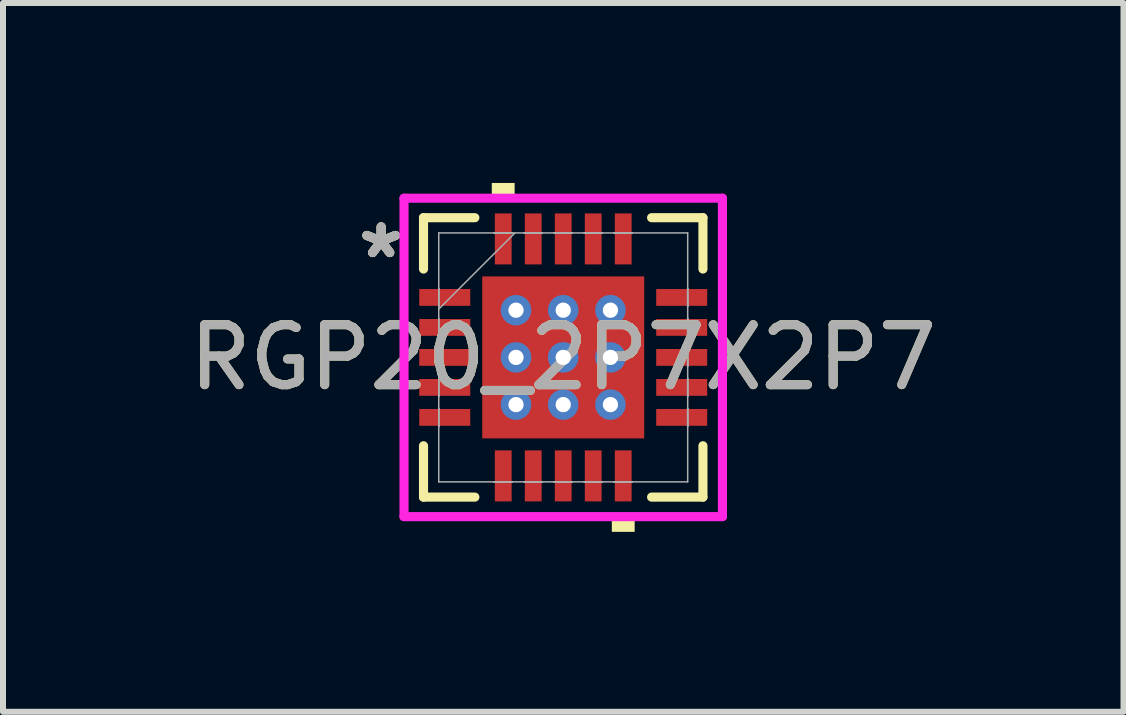
<source format=kicad_pcb>
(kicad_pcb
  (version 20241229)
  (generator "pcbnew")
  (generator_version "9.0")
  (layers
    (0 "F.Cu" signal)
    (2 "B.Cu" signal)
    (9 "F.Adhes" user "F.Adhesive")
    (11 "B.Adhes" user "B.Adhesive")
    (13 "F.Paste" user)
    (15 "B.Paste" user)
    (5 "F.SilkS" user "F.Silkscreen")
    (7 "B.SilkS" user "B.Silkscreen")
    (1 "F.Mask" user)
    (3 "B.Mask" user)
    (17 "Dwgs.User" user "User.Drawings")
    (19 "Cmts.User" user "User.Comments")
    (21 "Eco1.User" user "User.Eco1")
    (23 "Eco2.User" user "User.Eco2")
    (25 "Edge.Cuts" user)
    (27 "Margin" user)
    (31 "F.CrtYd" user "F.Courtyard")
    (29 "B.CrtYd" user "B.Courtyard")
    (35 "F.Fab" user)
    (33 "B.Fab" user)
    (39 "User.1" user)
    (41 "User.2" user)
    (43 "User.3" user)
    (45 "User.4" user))
  (footprint "RGP20_2P7X2P7"
    (layer "F.Cu")
    (at 6.339 2.908)
    (property "Reference" "RGP20_2P7X2P7" (at 0 0 0) (unlocked yes) (layer "F.SilkS") (effects (font (size 1 1) (thickness 0.15))))
    (attr smd)
    (fp_poly (pts (xy -2.47 -1.21) (xy -2.47 -0.79) (xy -1.48 -0.79) (xy -1.48 -1.21)) (stroke (width 0) (type solid)) (fill yes) (layer "F.Mask"))
    (fp_poly (pts (xy -2.47 -0.71) (xy -2.47 -0.29) (xy -1.48 -0.29) (xy -1.48 -0.71)) (stroke (width 0) (type solid)) (fill yes) (layer "F.Mask"))
    (fp_poly (pts (xy -2.47 -0.21) (xy -2.47 0.21) (xy -1.48 0.21) (xy -1.48 -0.21)) (stroke (width 0) (type solid)) (fill yes) (layer "F.Mask"))
    (fp_poly (pts (xy -2.47 0.29) (xy -2.47 0.71) (xy -1.48 0.71) (xy -1.48 0.29)) (stroke (width 0) (type solid)) (fill yes) (layer "F.Mask"))
    (fp_poly (pts (xy -2.47 0.79) (xy -2.47 1.21) (xy -1.48 1.21) (xy -1.48 0.79)) (stroke (width 0) (type solid)) (fill yes) (layer "F.Mask"))
    (fp_poly (pts (xy -1.413 -1.413) (xy -0.987 -1.413) (xy -0.987 1.413) (xy -1.413 1.413)) (stroke (width 0) (type solid)) (fill yes) (layer "F.Mask"))
    (fp_poly (pts (xy -1.413 -1.413) (xy 1.413 -1.413) (xy 1.413 -0.987) (xy -1.413 -0.987)) (stroke (width 0) (type solid)) (fill yes) (layer "F.Mask"))
    (fp_poly (pts (xy -1.413 -0.587) (xy 1.413 -0.587) (xy 1.413 -0.2) (xy -1.413 -0.2)) (stroke (width 0) (type solid)) (fill yes) (layer "F.Mask"))
    (fp_poly (pts (xy -1.413 0.2) (xy 1.413 0.2) (xy 1.413 0.587) (xy -1.413 0.587)) (stroke (width 0) (type solid)) (fill yes) (layer "F.Mask"))
    (fp_poly (pts (xy -1.413 0.987) (xy 1.413 0.987) (xy 1.413 1.413) (xy -1.413 1.413)) (stroke (width 0) (type solid)) (fill yes) (layer "F.Mask"))
    (fp_poly (pts (xy -1.21 -2.47) (xy -1.21 -1.48) (xy -0.791 -1.48) (xy -0.791 -2.47)) (stroke (width 0) (type solid)) (fill yes) (layer "F.Mask"))
    (fp_poly (pts (xy -1.21 1.48) (xy -1.21 2.47) (xy -0.791 2.47) (xy -0.791 1.48)) (stroke (width 0) (type solid)) (fill yes) (layer "F.Mask"))
    (fp_poly (pts (xy -0.71 -2.47) (xy -0.71 -1.48) (xy -0.291 -1.48) (xy -0.291 -2.47)) (stroke (width 0) (type solid)) (fill yes) (layer "F.Mask"))
    (fp_poly (pts (xy -0.71 1.48) (xy -0.71 2.47) (xy -0.291 2.47) (xy -0.291 1.48)) (stroke (width 0) (type solid)) (fill yes) (layer "F.Mask"))
    (fp_poly (pts (xy -0.21 -2.47) (xy -0.21 -1.48) (xy 0.21 -1.48) (xy 0.21 -2.47)) (stroke (width 0) (type solid)) (fill yes) (layer "F.Mask"))
    (fp_poly (pts (xy -0.21 1.48) (xy -0.21 2.47) (xy 0.21 2.47) (xy 0.21 1.48)) (stroke (width 0) (type solid)) (fill yes) (layer "F.Mask"))
    (fp_poly (pts (xy -0.2 -1.413) (xy -0.587 -1.413) (xy -0.587 1.413) (xy -0.2 1.413)) (stroke (width 0) (type solid)) (fill yes) (layer "F.Mask"))
    (fp_poly (pts (xy 0.291 -2.47) (xy 0.291 -1.48) (xy 0.71 -1.48) (xy 0.71 -2.47)) (stroke (width 0) (type solid)) (fill yes) (layer "F.Mask"))
    (fp_poly (pts (xy 0.291 1.48) (xy 0.291 2.47) (xy 0.71 2.47) (xy 0.71 1.48)) (stroke (width 0) (type solid)) (fill yes) (layer "F.Mask"))
    (fp_poly (pts (xy 0.587 -1.413) (xy 0.2 -1.413) (xy 0.2 1.413) (xy 0.587 1.413)) (stroke (width 0) (type solid)) (fill yes) (layer "F.Mask"))
    (fp_poly (pts (xy 0.791 -2.47) (xy 0.791 -1.48) (xy 1.21 -1.48) (xy 1.21 -2.47)) (stroke (width 0) (type solid)) (fill yes) (layer "F.Mask"))
    (fp_poly (pts (xy 0.791 1.48) (xy 0.791 2.47) (xy 1.21 2.47) (xy 1.21 1.48)) (stroke (width 0) (type solid)) (fill yes) (layer "F.Mask"))
    (fp_poly (pts (xy 0.987 -1.413) (xy 1.413 -1.413) (xy 1.413 1.413) (xy 0.987 1.413)) (stroke (width 0) (type solid)) (fill yes) (layer "F.Mask"))
    (fp_poly (pts (xy 1.48 -1.21) (xy 1.48 -0.79) (xy 2.47 -0.79) (xy 2.47 -1.21)) (stroke (width 0) (type solid)) (fill yes) (layer "F.Mask"))
    (fp_poly (pts (xy 1.48 -0.71) (xy 1.48 -0.29) (xy 2.47 -0.29) (xy 2.47 -0.71)) (stroke (width 0) (type solid)) (fill yes) (layer "F.Mask"))
    (fp_poly (pts (xy 1.48 -0.21) (xy 1.48 0.21) (xy 2.47 0.21) (xy 2.47 -0.21)) (stroke (width 0) (type solid)) (fill yes) (layer "F.Mask"))
    (fp_poly (pts (xy 1.48 0.29) (xy 1.48 0.71) (xy 2.47 0.71) (xy 2.47 0.29)) (stroke (width 0) (type solid)) (fill yes) (layer "F.Mask"))
    (fp_poly (pts (xy 1.48 0.79) (xy 1.48 1.21) (xy 2.47 1.21) (xy 2.47 0.79)) (stroke (width 0) (type solid)) (fill yes) (layer "F.Mask"))
    (fp_line (start -2.329 -2.329) (end -2.329 -1.473) (stroke (width 0.152) (type solid)) (layer "F.SilkS"))
    (fp_line (start -2.329 1.473) (end -2.329 2.329) (stroke (width 0.152) (type solid)) (layer "F.SilkS"))
    (fp_line (start -2.329 2.329) (end -1.473 2.329) (stroke (width 0.152) (type solid)) (layer "F.SilkS"))
    (fp_line (start -1.473 -2.329) (end -2.329 -2.329) (stroke (width 0.152) (type solid)) (layer "F.SilkS"))
    (fp_line (start 1.473 2.329) (end 2.329 2.329) (stroke (width 0.152) (type solid)) (layer "F.SilkS"))
    (fp_line (start 2.329 -2.329) (end 1.473 -2.329) (stroke (width 0.152) (type solid)) (layer "F.SilkS"))
    (fp_line (start 2.329 -1.473) (end 2.329 -2.329) (stroke (width 0.152) (type solid)) (layer "F.SilkS"))
    (fp_line (start 2.329 2.329) (end 2.329 1.473) (stroke (width 0.152) (type solid)) (layer "F.SilkS"))
    (fp_poly (pts (xy -1.191 -2.654) (xy -1.191 -2.908) (xy -0.81 -2.908) (xy -0.81 -2.654)) (stroke (width 0) (type solid)) (fill yes) (layer "F.SilkS"))
    (fp_poly (pts (xy 0.81 2.654) (xy 0.81 2.908) (xy 1.191 2.908) (xy 1.191 2.654)) (stroke (width 0) (type solid)) (fill yes) (layer "F.SilkS"))
    (fp_poly (pts (xy -2.375 -1.115) (xy -2.375 -0.885) (xy -1.575 -0.885) (xy -1.575 -1.115)) (stroke (width 0) (type solid)) (fill yes) (layer "F.Paste"))
    (fp_poly (pts (xy -2.375 -0.615) (xy -2.375 -0.385) (xy -1.575 -0.385) (xy -1.575 -0.615)) (stroke (width 0) (type solid)) (fill yes) (layer "F.Paste"))
    (fp_poly (pts (xy -2.375 -0.115) (xy -2.375 0.115) (xy -1.575 0.115) (xy -1.575 -0.115)) (stroke (width 0) (type solid)) (fill yes) (layer "F.Paste"))
    (fp_poly (pts (xy -2.375 0.385) (xy -2.375 0.615) (xy -1.575 0.615) (xy -1.575 0.385)) (stroke (width 0) (type solid)) (fill yes) (layer "F.Paste"))
    (fp_poly (pts (xy -2.375 0.885) (xy -2.375 1.115) (xy -1.575 1.115) (xy -1.575 0.885)) (stroke (width 0) (type solid)) (fill yes) (layer "F.Paste"))
    (fp_poly (pts (xy -1.115 -2.375) (xy -1.115 -1.575) (xy -0.885 -1.575) (xy -0.885 -2.375)) (stroke (width 0) (type solid)) (fill yes) (layer "F.Paste"))
    (fp_poly (pts (xy -1.115 1.575) (xy -1.115 2.375) (xy -0.885 2.375) (xy -0.885 1.575)) (stroke (width 0) (type solid)) (fill yes) (layer "F.Paste"))
    (fp_poly (pts (xy -0.615 -2.375) (xy -0.615 -1.575) (xy -0.385 -1.575) (xy -0.385 -2.375)) (stroke (width 0) (type solid)) (fill yes) (layer "F.Paste"))
    (fp_poly (pts (xy -0.615 1.575) (xy -0.615 2.375) (xy -0.385 2.375) (xy -0.385 1.575)) (stroke (width 0) (type solid)) (fill yes) (layer "F.Paste"))
    (fp_poly (pts (xy -0.115 -2.375) (xy -0.115 -1.575) (xy 0.115 -1.575) (xy 0.115 -2.375)) (stroke (width 0) (type solid)) (fill yes) (layer "F.Paste"))
    (fp_poly (pts (xy -0.115 1.575) (xy -0.115 2.375) (xy 0.115 2.375) (xy 0.115 1.575)) (stroke (width 0) (type solid)) (fill yes) (layer "F.Paste"))
    (fp_poly (pts (xy 0.385 -2.375) (xy 0.385 -1.575) (xy 0.615 -1.575) (xy 0.615 -2.375)) (stroke (width 0) (type solid)) (fill yes) (layer "F.Paste"))
    (fp_poly (pts (xy 0.385 1.575) (xy 0.385 2.375) (xy 0.615 2.375) (xy 0.615 1.575)) (stroke (width 0) (type solid)) (fill yes) (layer "F.Paste"))
    (fp_poly (pts (xy 0.885 -2.375) (xy 0.885 -1.575) (xy 1.115 -1.575) (xy 1.115 -2.375)) (stroke (width 0) (type solid)) (fill yes) (layer "F.Paste"))
    (fp_poly (pts (xy 0.885 1.575) (xy 0.885 2.375) (xy 1.115 2.375) (xy 1.115 1.575)) (stroke (width 0) (type solid)) (fill yes) (layer "F.Paste"))
    (fp_poly (pts (xy 1.575 -1.115) (xy 1.575 -0.885) (xy 2.375 -0.885) (xy 2.375 -1.115)) (stroke (width 0) (type solid)) (fill yes) (layer "F.Paste"))
    (fp_poly (pts (xy 1.575 -0.615) (xy 1.575 -0.385) (xy 2.375 -0.385) (xy 2.375 -0.615)) (stroke (width 0) (type solid)) (fill yes) (layer "F.Paste"))
    (fp_poly (pts (xy 1.575 -0.115) (xy 1.575 0.115) (xy 2.375 0.115) (xy 2.375 -0.115)) (stroke (width 0) (type solid)) (fill yes) (layer "F.Paste"))
    (fp_poly (pts (xy 1.575 0.385) (xy 1.575 0.615) (xy 2.375 0.615) (xy 2.375 0.385)) (stroke (width 0) (type solid)) (fill yes) (layer "F.Paste"))
    (fp_poly (pts (xy 1.575 0.885) (xy 1.575 1.115) (xy 2.375 1.115) (xy 2.375 0.885)) (stroke (width 0) (type solid)) (fill yes) (layer "F.Paste"))
    (fp_poly (pts (xy -1.275 -1.275) (xy -1.275 -0.887) (xy -1.029 -0.887) (xy -0.887 -1.029) (xy -0.887 -1.275)) (stroke (width 0) (type solid)) (fill yes) (layer "F.Paste"))
    (fp_poly (pts (xy -1.275 0.887) (xy -1.275 1.275) (xy -0.887 1.275) (xy -0.887 1.029) (xy -1.029 0.887)) (stroke (width 0) (type solid)) (fill yes) (layer "F.Paste"))
    (fp_poly (pts (xy 0.887 -1.275) (xy 0.887 -1.029) (xy 1.029 -0.887) (xy 1.275 -0.887) (xy 1.275 -1.275)) (stroke (width 0) (type solid)) (fill yes) (layer "F.Paste"))
    (fp_poly (pts (xy 1.029 0.887) (xy 0.887 1.029) (xy 0.887 1.275) (xy 1.275 1.275) (xy 1.275 0.887)) (stroke (width 0) (type solid)) (fill yes) (layer "F.Paste"))
    (fp_poly (pts (xy -1.275 -0.687) (xy -1.275 -0.1) (xy -1.029 -0.1) (xy -0.887 -0.241) (xy -0.887 -0.546) (xy -1.029 -0.687)) (stroke (width 0) (type solid)) (fill yes) (layer "F.Paste"))
    (fp_poly (pts (xy -1.275 0.1) (xy -1.275 0.687) (xy -1.029 0.687) (xy -0.887 0.546) (xy -0.887 0.241) (xy -1.029 0.1)) (stroke (width 0) (type solid)) (fill yes) (layer "F.Paste"))
    (fp_poly (pts (xy -0.687 -1.275) (xy -0.687 -1.029) (xy -0.546 -0.887) (xy -0.241 -0.887) (xy -0.1 -1.029) (xy -0.1 -1.275)) (stroke (width 0) (type solid)) (fill yes) (layer "F.Paste"))
    (fp_poly (pts (xy -0.546 0.887) (xy -0.687 1.029) (xy -0.687 1.275) (xy -0.1 1.275) (xy -0.1 1.029) (xy -0.241 0.887)) (stroke (width 0) (type solid)) (fill yes) (layer "F.Paste"))
    (fp_poly (pts (xy 0.1 -1.275) (xy 0.1 -1.029) (xy 0.241 -0.887) (xy 0.546 -0.887) (xy 0.687 -1.029) (xy 0.687 -1.275)) (stroke (width 0) (type solid)) (fill yes) (layer "F.Paste"))
    (fp_poly (pts (xy 0.241 0.887) (xy 0.1 1.029) (xy 0.1 1.275) (xy 0.687 1.275) (xy 0.687 1.029) (xy 0.546 0.887)) (stroke (width 0) (type solid)) (fill yes) (layer "F.Paste"))
    (fp_poly (pts (xy 1.029 -0.687) (xy 0.887 -0.546) (xy 0.887 -0.241) (xy 1.029 -0.1) (xy 1.275 -0.1) (xy 1.275 -0.687)) (stroke (width 0) (type solid)) (fill yes) (layer "F.Paste"))
    (fp_poly (pts (xy 1.029 0.1) (xy 0.887 0.241) (xy 0.887 0.546) (xy 1.029 0.687) (xy 1.275 0.687) (xy 1.275 0.1)) (stroke (width 0) (type solid)) (fill yes) (layer "F.Paste"))
    (fp_poly (pts (xy -0.546 -0.687) (xy -0.687 -0.546) (xy -0.687 -0.241) (xy -0.546 -0.1) (xy -0.241 -0.1) (xy -0.1 -0.241) (xy -0.1 -0.546) (xy -0.241 -0.687)) (stroke (width 0) (type solid)) (fill yes) (layer "F.Paste"))
    (fp_poly (pts (xy -0.546 0.1) (xy -0.687 0.241) (xy -0.687 0.546) (xy -0.546 0.687) (xy -0.241 0.687) (xy -0.1 0.546) (xy -0.1 0.241) (xy -0.241 0.1)) (stroke (width 0) (type solid)) (fill yes) (layer "F.Paste"))
    (fp_poly (pts (xy 0.241 -0.687) (xy 0.1 -0.546) (xy 0.1 -0.241) (xy 0.241 -0.1) (xy 0.546 -0.1) (xy 0.687 -0.241) (xy 0.687 -0.546) (xy 0.546 -0.687)) (stroke (width 0) (type solid)) (fill yes) (layer "F.Paste"))
    (fp_poly (pts (xy 0.241 0.1) (xy 0.1 0.241) (xy 0.1 0.546) (xy 0.241 0.687) (xy 0.546 0.687) (xy 0.687 0.546) (xy 0.687 0.241) (xy 0.546 0.1)) (stroke (width 0) (type solid)) (fill yes) (layer "F.Paste"))
    (fp_line (start -2.654 -2.654) (end 2.654 -2.654) (stroke (width 0.152) (type solid)) (layer "F.CrtYd"))
    (fp_line (start -2.654 2.654) (end -2.654 -2.654) (stroke (width 0.152) (type solid)) (layer "F.CrtYd"))
    (fp_line (start 2.654 -2.654) (end 2.654 2.654) (stroke (width 0.152) (type solid)) (layer "F.CrtYd"))
    (fp_line (start 2.654 2.654) (end -2.654 2.654) (stroke (width 0.152) (type solid)) (layer "F.CrtYd"))
    (fp_line (start -2.075 -2.075) (end -2.075 2.075) (stroke (width 0.025) (type solid)) (layer "F.Fab"))
    (fp_line (start -2.075 -1.15) (end -2.075 -1.15) (stroke (width 0.025) (type solid)) (layer "F.Fab"))
    (fp_line (start -2.075 -1.15) (end -2.075 -0.85) (stroke (width 0.025) (type solid)) (layer "F.Fab"))
    (fp_line (start -2.075 -0.85) (end -2.075 -1.15) (stroke (width 0.025) (type solid)) (layer "F.Fab"))
    (fp_line (start -2.075 -0.85) (end -2.075 -0.85) (stroke (width 0.025) (type solid)) (layer "F.Fab"))
    (fp_line (start -2.075 -0.805) (end -0.805 -2.075) (stroke (width 0.025) (type solid)) (layer "F.Fab"))
    (fp_line (start -2.075 -0.65) (end -2.075 -0.65) (stroke (width 0.025) (type solid)) (layer "F.Fab"))
    (fp_line (start -2.075 -0.65) (end -2.075 -0.35) (stroke (width 0.025) (type solid)) (layer "F.Fab"))
    (fp_line (start -2.075 -0.35) (end -2.075 -0.65) (stroke (width 0.025) (type solid)) (layer "F.Fab"))
    (fp_line (start -2.075 -0.35) (end -2.075 -0.35) (stroke (width 0.025) (type solid)) (layer "F.Fab"))
    (fp_line (start -2.075 -0.15) (end -2.075 -0.15) (stroke (width 0.025) (type solid)) (layer "F.Fab"))
    (fp_line (start -2.075 -0.15) (end -2.075 0.15) (stroke (width 0.025) (type solid)) (layer "F.Fab"))
    (fp_line (start -2.075 0.15) (end -2.075 -0.15) (stroke (width 0.025) (type solid)) (layer "F.Fab"))
    (fp_line (start -2.075 0.15) (end -2.075 0.15) (stroke (width 0.025) (type solid)) (layer "F.Fab"))
    (fp_line (start -2.075 0.35) (end -2.075 0.35) (stroke (width 0.025) (type solid)) (layer "F.Fab"))
    (fp_line (start -2.075 0.35) (end -2.075 0.65) (stroke (width 0.025) (type solid)) (layer "F.Fab"))
    (fp_line (start -2.075 0.65) (end -2.075 0.35) (stroke (width 0.025) (type solid)) (layer "F.Fab"))
    (fp_line (start -2.075 0.65) (end -2.075 0.65) (stroke (width 0.025) (type solid)) (layer "F.Fab"))
    (fp_line (start -2.075 0.85) (end -2.075 0.85) (stroke (width 0.025) (type solid)) (layer "F.Fab"))
    (fp_line (start -2.075 0.85) (end -2.075 1.15) (stroke (width 0.025) (type solid)) (layer "F.Fab"))
    (fp_line (start -2.075 1.15) (end -2.075 0.85) (stroke (width 0.025) (type solid)) (layer "F.Fab"))
    (fp_line (start -2.075 1.15) (end -2.075 1.15) (stroke (width 0.025) (type solid)) (layer "F.Fab"))
    (fp_line (start -2.075 2.075) (end 2.075 2.075) (stroke (width 0.025) (type solid)) (layer "F.Fab"))
    (fp_line (start -1.15 -2.075) (end -1.15 -2.075) (stroke (width 0.025) (type solid)) (layer "F.Fab"))
    (fp_line (start -1.15 -2.075) (end -0.85 -2.075) (stroke (width 0.025) (type solid)) (layer "F.Fab"))
    (fp_line (start -1.15 2.075) (end -1.15 2.075) (stroke (width 0.025) (type solid)) (layer "F.Fab"))
    (fp_line (start -1.15 2.075) (end -0.85 2.075) (stroke (width 0.025) (type solid)) (layer "F.Fab"))
    (fp_line (start -0.85 -2.075) (end -1.15 -2.075) (stroke (width 0.025) (type solid)) (layer "F.Fab"))
    (fp_line (start -0.85 -2.075) (end -0.85 -2.075) (stroke (width 0.025) (type solid)) (layer "F.Fab"))
    (fp_line (start -0.85 2.075) (end -1.15 2.075) (stroke (width 0.025) (type solid)) (layer "F.Fab"))
    (fp_line (start -0.85 2.075) (end -0.85 2.075) (stroke (width 0.025) (type solid)) (layer "F.Fab"))
    (fp_line (start -0.65 -2.075) (end -0.65 -2.075) (stroke (width 0.025) (type solid)) (layer "F.Fab"))
    (fp_line (start -0.65 -2.075) (end -0.35 -2.075) (stroke (width 0.025) (type solid)) (layer "F.Fab"))
    (fp_line (start -0.65 2.075) (end -0.65 2.075) (stroke (width 0.025) (type solid)) (layer "F.Fab"))
    (fp_line (start -0.65 2.075) (end -0.35 2.075) (stroke (width 0.025) (type solid)) (layer "F.Fab"))
    (fp_line (start -0.35 -2.075) (end -0.65 -2.075) (stroke (width 0.025) (type solid)) (layer "F.Fab"))
    (fp_line (start -0.35 -2.075) (end -0.35 -2.075) (stroke (width 0.025) (type solid)) (layer "F.Fab"))
    (fp_line (start -0.35 2.075) (end -0.65 2.075) (stroke (width 0.025) (type solid)) (layer "F.Fab"))
    (fp_line (start -0.35 2.075) (end -0.35 2.075) (stroke (width 0.025) (type solid)) (layer "F.Fab"))
    (fp_line (start -0.15 -2.075) (end -0.15 -2.075) (stroke (width 0.025) (type solid)) (layer "F.Fab"))
    (fp_line (start -0.15 -2.075) (end 0.15 -2.075) (stroke (width 0.025) (type solid)) (layer "F.Fab"))
    (fp_line (start -0.15 2.075) (end -0.15 2.075) (stroke (width 0.025) (type solid)) (layer "F.Fab"))
    (fp_line (start -0.15 2.075) (end 0.15 2.075) (stroke (width 0.025) (type solid)) (layer "F.Fab"))
    (fp_line (start 0.15 -2.075) (end -0.15 -2.075) (stroke (width 0.025) (type solid)) (layer "F.Fab"))
    (fp_line (start 0.15 -2.075) (end 0.15 -2.075) (stroke (width 0.025) (type solid)) (layer "F.Fab"))
    (fp_line (start 0.15 2.075) (end -0.15 2.075) (stroke (width 0.025) (type solid)) (layer "F.Fab"))
    (fp_line (start 0.15 2.075) (end 0.15 2.075) (stroke (width 0.025) (type solid)) (layer "F.Fab"))
    (fp_line (start 0.35 -2.075) (end 0.35 -2.075) (stroke (width 0.025) (type solid)) (layer "F.Fab"))
    (fp_line (start 0.35 -2.075) (end 0.65 -2.075) (stroke (width 0.025) (type solid)) (layer "F.Fab"))
    (fp_line (start 0.35 2.075) (end 0.35 2.075) (stroke (width 0.025) (type solid)) (layer "F.Fab"))
    (fp_line (start 0.35 2.075) (end 0.65 2.075) (stroke (width 0.025) (type solid)) (layer "F.Fab"))
    (fp_line (start 0.65 -2.075) (end 0.35 -2.075) (stroke (width 0.025) (type solid)) (layer "F.Fab"))
    (fp_line (start 0.65 -2.075) (end 0.65 -2.075) (stroke (width 0.025) (type solid)) (layer "F.Fab"))
    (fp_line (start 0.65 2.075) (end 0.35 2.075) (stroke (width 0.025) (type solid)) (layer "F.Fab"))
    (fp_line (start 0.65 2.075) (end 0.65 2.075) (stroke (width 0.025) (type solid)) (layer "F.Fab"))
    (fp_line (start 0.85 -2.075) (end 0.85 -2.075) (stroke (width 0.025) (type solid)) (layer "F.Fab"))
    (fp_line (start 0.85 -2.075) (end 1.15 -2.075) (stroke (width 0.025) (type solid)) (layer "F.Fab"))
    (fp_line (start 0.85 2.075) (end 0.85 2.075) (stroke (width 0.025) (type solid)) (layer "F.Fab"))
    (fp_line (start 0.85 2.075) (end 1.15 2.075) (stroke (width 0.025) (type solid)) (layer "F.Fab"))
    (fp_line (start 1.15 -2.075) (end 0.85 -2.075) (stroke (width 0.025) (type solid)) (layer "F.Fab"))
    (fp_line (start 1.15 -2.075) (end 1.15 -2.075) (stroke (width 0.025) (type solid)) (layer "F.Fab"))
    (fp_line (start 1.15 2.075) (end 0.85 2.075) (stroke (width 0.025) (type solid)) (layer "F.Fab"))
    (fp_line (start 1.15 2.075) (end 1.15 2.075) (stroke (width 0.025) (type solid)) (layer "F.Fab"))
    (fp_line (start 2.075 -2.075) (end -2.075 -2.075) (stroke (width 0.025) (type solid)) (layer "F.Fab"))
    (fp_line (start 2.075 -1.15) (end 2.075 -1.15) (stroke (width 0.025) (type solid)) (layer "F.Fab"))
    (fp_line (start 2.075 -1.15) (end 2.075 -0.85) (stroke (width 0.025) (type solid)) (layer "F.Fab"))
    (fp_line (start 2.075 -0.85) (end 2.075 -1.15) (stroke (width 0.025) (type solid)) (layer "F.Fab"))
    (fp_line (start 2.075 -0.85) (end 2.075 -0.85) (stroke (width 0.025) (type solid)) (layer "F.Fab"))
    (fp_line (start 2.075 -0.65) (end 2.075 -0.65) (stroke (width 0.025) (type solid)) (layer "F.Fab"))
    (fp_line (start 2.075 -0.65) (end 2.075 -0.35) (stroke (width 0.025) (type solid)) (layer "F.Fab"))
    (fp_line (start 2.075 -0.35) (end 2.075 -0.65) (stroke (width 0.025) (type solid)) (layer "F.Fab"))
    (fp_line (start 2.075 -0.35) (end 2.075 -0.35) (stroke (width 0.025) (type solid)) (layer "F.Fab"))
    (fp_line (start 2.075 -0.15) (end 2.075 -0.15) (stroke (width 0.025) (type solid)) (layer "F.Fab"))
    (fp_line (start 2.075 -0.15) (end 2.075 0.15) (stroke (width 0.025) (type solid)) (layer "F.Fab"))
    (fp_line (start 2.075 0.15) (end 2.075 -0.15) (stroke (width 0.025) (type solid)) (layer "F.Fab"))
    (fp_line (start 2.075 0.15) (end 2.075 0.15) (stroke (width 0.025) (type solid)) (layer "F.Fab"))
    (fp_line (start 2.075 0.35) (end 2.075 0.35) (stroke (width 0.025) (type solid)) (layer "F.Fab"))
    (fp_line (start 2.075 0.35) (end 2.075 0.65) (stroke (width 0.025) (type solid)) (layer "F.Fab"))
    (fp_line (start 2.075 0.65) (end 2.075 0.35) (stroke (width 0.025) (type solid)) (layer "F.Fab"))
    (fp_line (start 2.075 0.65) (end 2.075 0.65) (stroke (width 0.025) (type solid)) (layer "F.Fab"))
    (fp_line (start 2.075 0.85) (end 2.075 0.85) (stroke (width 0.025) (type solid)) (layer "F.Fab"))
    (fp_line (start 2.075 0.85) (end 2.075 1.15) (stroke (width 0.025) (type solid)) (layer "F.Fab"))
    (fp_line (start 2.075 1.15) (end 2.075 0.85) (stroke (width 0.025) (type solid)) (layer "F.Fab"))
    (fp_line (start 2.075 1.15) (end 2.075 1.15) (stroke (width 0.025) (type solid)) (layer "F.Fab"))
    (fp_line (start 2.075 2.075) (end 2.075 -2.075) (stroke (width 0.025) (type solid)) (layer "F.Fab"))
    (fp_text user "*" (at -3.035 -1.631 0) (layer "F.SilkS") (effects (font (size 1 1) (thickness 0.15))))
    (fp_text user "*" (at -3.035 -1.631 0) (unlocked yes) (layer "F.SilkS") (effects (font (size 1 1) (thickness 0.15))))
    (fp_text user "*" (at -3.035 -1.631 0) (unlocked yes) (layer "F.Fab") (effects (font (size 1 1) (thickness 0.15))))
    (fp_text user "*" (at -3.035 -1.631 0) (layer "F.Fab") (effects (font (size 1 1) (thickness 0.15))))
    (fp_text user "${REFERENCE}" (at 0 0 0) (unlocked yes) (layer "F.Fab") (effects (font (size 1 1) (thickness 0.15))))
    (pad "1" smd rect (at -1.975 -1 90) (size 0.28 0.85) (layers "F.Cu" "F.Mask"))
    (pad "2" smd rect (at -1.975 -0.5 90) (size 0.28 0.85) (layers "F.Cu" "F.Mask"))
    (pad "3" smd rect (at -1.975 0 90) (size 0.28 0.85) (layers "F.Cu" "F.Mask"))
    (pad "4" smd rect (at -1.975 0.5 90) (size 0.28 0.85) (layers "F.Cu" "F.Mask"))
    (pad "5" smd rect (at -1.975 1 90) (size 0.28 0.85) (layers "F.Cu" "F.Mask"))
    (pad "6" smd rect (at -1 1.975) (size 0.28 0.85) (layers "F.Cu" "F.Mask"))
    (pad "7" smd rect (at -0.5 1.975) (size 0.28 0.85) (layers "F.Cu" "F.Mask"))
    (pad "8" smd rect (at 0 1.975) (size 0.28 0.85) (layers "F.Cu" "F.Mask"))
    (pad "9" smd rect (at 0.5 1.975) (size 0.28 0.85) (layers "F.Cu" "F.Mask"))
    (pad "10" smd rect (at 1 1.975) (size 0.28 0.85) (layers "F.Cu" "F.Mask"))
    (pad "11" smd rect (at 1.975 1 90) (size 0.28 0.85) (layers "F.Cu" "F.Mask"))
    (pad "12" smd rect (at 1.975 0.5 90) (size 0.28 0.85) (layers "F.Cu" "F.Mask"))
    (pad "13" smd rect (at 1.975 0 90) (size 0.28 0.85) (layers "F.Cu" "F.Mask"))
    (pad "14" smd rect (at 1.975 -0.5 90) (size 0.28 0.85) (layers "F.Cu" "F.Mask"))
    (pad "15" smd rect (at 1.975 -1 90) (size 0.28 0.85) (layers "F.Cu" "F.Mask"))
    (pad "16" smd rect (at 1 -1.975) (size 0.28 0.85) (layers "F.Cu" "F.Mask"))
    (pad "17" smd rect (at 0.5 -1.975) (size 0.28 0.85) (layers "F.Cu" "F.Mask"))
    (pad "18" smd rect (at 0 -1.975) (size 0.28 0.85) (layers "F.Cu" "F.Mask"))
    (pad "19" smd rect (at -0.5 -1.975) (size 0.28 0.85) (layers "F.Cu" "F.Mask"))
    (pad "20" smd rect (at -1 -1.975) (size 0.28 0.85) (layers "F.Cu" "F.Mask"))
    (pad "21" smd rect (at 0 0) (size 2.7 2.7) (layers "F.Cu"))
    (pad "V" thru_hole circle (at -0.787 -0.787) (size 0.508 0.508) (drill 0.254) (layers "*.Cu" "*.Mask"))
    (pad "V" thru_hole circle (at -0.787 0) (size 0.508 0.508) (drill 0.254) (layers "*.Cu" "*.Mask"))
    (pad "V" thru_hole circle (at -0.787 0.787) (size 0.508 0.508) (drill 0.254) (layers "*.Cu" "*.Mask"))
    (pad "V" thru_hole circle (at 0 -0.787) (size 0.508 0.508) (drill 0.254) (layers "*.Cu" "*.Mask"))
    (pad "V" thru_hole circle (at 0 0) (size 0.508 0.508) (drill 0.254) (layers "*.Cu" "*.Mask"))
    (pad "V" thru_hole circle (at 0 0.787) (size 0.508 0.508) (drill 0.254) (layers "*.Cu" "*.Mask"))
    (pad "V" thru_hole circle (at 0.787 -0.787) (size 0.508 0.508) (drill 0.254) (layers "*.Cu" "*.Mask"))
    (pad "V" thru_hole circle (at 0.787 0) (size 0.508 0.508) (drill 0.254) (layers "*.Cu" "*.Mask"))
    (pad "V" thru_hole circle (at 0.787 0.787) (size 0.508 0.508) (drill 0.254) (layers "*.Cu" "*.Mask")))
  (gr_rect
    (start -3 -3)
    (end 15.679 8.816)
    (stroke (width 0.1) (type default))
    (fill no)
    (layer "Edge.Cuts")))
</source>
